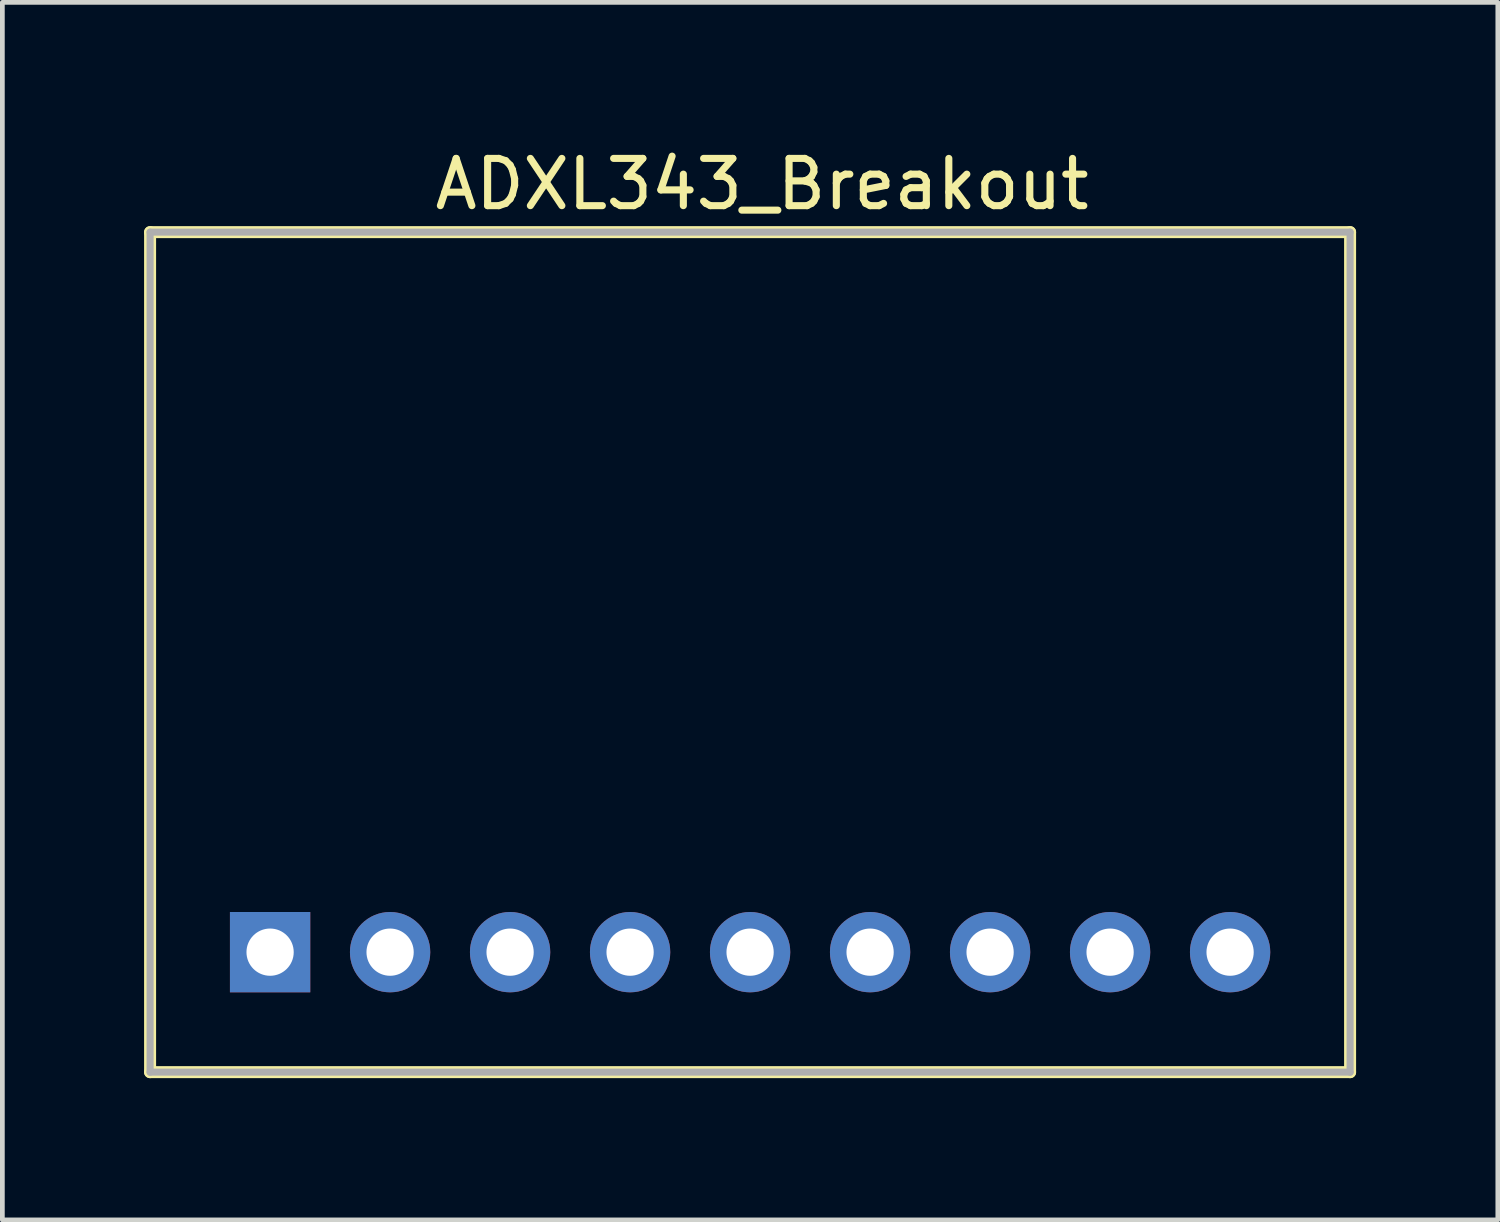
<source format=kicad_pcb>
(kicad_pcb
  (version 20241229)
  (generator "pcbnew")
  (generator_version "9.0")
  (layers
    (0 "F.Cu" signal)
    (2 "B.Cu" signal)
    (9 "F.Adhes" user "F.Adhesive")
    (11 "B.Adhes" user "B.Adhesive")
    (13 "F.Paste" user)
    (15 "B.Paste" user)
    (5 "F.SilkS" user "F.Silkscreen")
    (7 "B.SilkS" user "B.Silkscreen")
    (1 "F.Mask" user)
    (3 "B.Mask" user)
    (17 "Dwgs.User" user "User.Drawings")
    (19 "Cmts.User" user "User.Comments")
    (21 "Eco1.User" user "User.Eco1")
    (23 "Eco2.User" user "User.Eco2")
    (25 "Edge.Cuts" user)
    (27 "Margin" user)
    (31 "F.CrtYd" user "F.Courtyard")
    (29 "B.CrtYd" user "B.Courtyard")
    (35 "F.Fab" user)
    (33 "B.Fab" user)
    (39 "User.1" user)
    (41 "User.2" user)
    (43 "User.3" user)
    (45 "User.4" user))
  (footprint "ADXL343_Breakout"
    (layer "F.Cu")
    (at 12.827 10.754)
    (property "Reference" "ADXL343_Breakout" (at 0.254 -9.906 0) (layer "F.SilkS") (effects (font (size 1 1) (thickness 0.15))))
    (attr through_hole)
    (fp_line (start -12.7 8.89) (end -12.7 -8.89) (stroke (width 0.254) (type solid)) (layer "F.SilkS"))
    (fp_line (start 12.7 -8.89) (end -12.7 -8.89) (stroke (width 0.254) (type solid)) (layer "F.SilkS"))
    (fp_line (start 12.7 -8.89) (end 12.7 8.89) (stroke (width 0.254) (type solid)) (layer "F.SilkS"))
    (fp_line (start 12.7 8.89) (end -12.7 8.89) (stroke (width 0.254) (type solid)) (layer "F.SilkS"))
    (fp_line (start -12.7 -8.89) (end -12.7 8.89) (stroke (width 0.15) (type solid)) (layer "F.Fab"))
    (fp_line (start -12.7 -8.89) (end 12.7 -8.89) (stroke (width 0.15) (type solid)) (layer "F.Fab"))
    (fp_line (start -12.7 8.89) (end 12.7 8.89) (stroke (width 0.15) (type solid)) (layer "F.Fab"))
    (fp_line (start 12.7 -8.89) (end 12.7 8.89) (stroke (width 0.15) (type solid)) (layer "F.Fab"))
    (pad "1" thru_hole rect (at -10.16 6.35) (size 1.7 1.7) (drill 1) (layers "*.Cu" "*.Mask"))
    (pad "2" thru_hole circle (at -7.62 6.35) (size 1.7 1.7) (drill 1) (layers "*.Cu" "*.Mask"))
    (pad "3" thru_hole circle (at -5.08 6.35) (size 1.7 1.7) (drill 1) (layers "*.Cu" "*.Mask"))
    (pad "4" thru_hole circle (at -2.54 6.35) (size 1.7 1.7) (drill 1) (layers "*.Cu" "*.Mask"))
    (pad "5" thru_hole circle (at 0 6.35) (size 1.7 1.7) (drill 1) (layers "*.Cu" "*.Mask"))
    (pad "6" thru_hole circle (at 2.54 6.35) (size 1.7 1.7) (drill 1) (layers "*.Cu" "*.Mask"))
    (pad "7" thru_hole circle (at 5.08 6.35) (size 1.7 1.7) (drill 1) (layers "*.Cu" "*.Mask"))
    (pad "8" thru_hole circle (at 7.62 6.35) (size 1.7 1.7) (drill 1) (layers "*.Cu" "*.Mask"))
    (pad "9" thru_hole circle (at 10.16 6.35) (size 1.7 1.7) (drill 1) (layers "*.Cu" "*.Mask")))
  (gr_rect
    (start -3 -3)
    (end 28.654 22.771)
    (stroke (width 0.1) (type default))
    (fill no)
    (layer "Edge.Cuts")))
</source>
